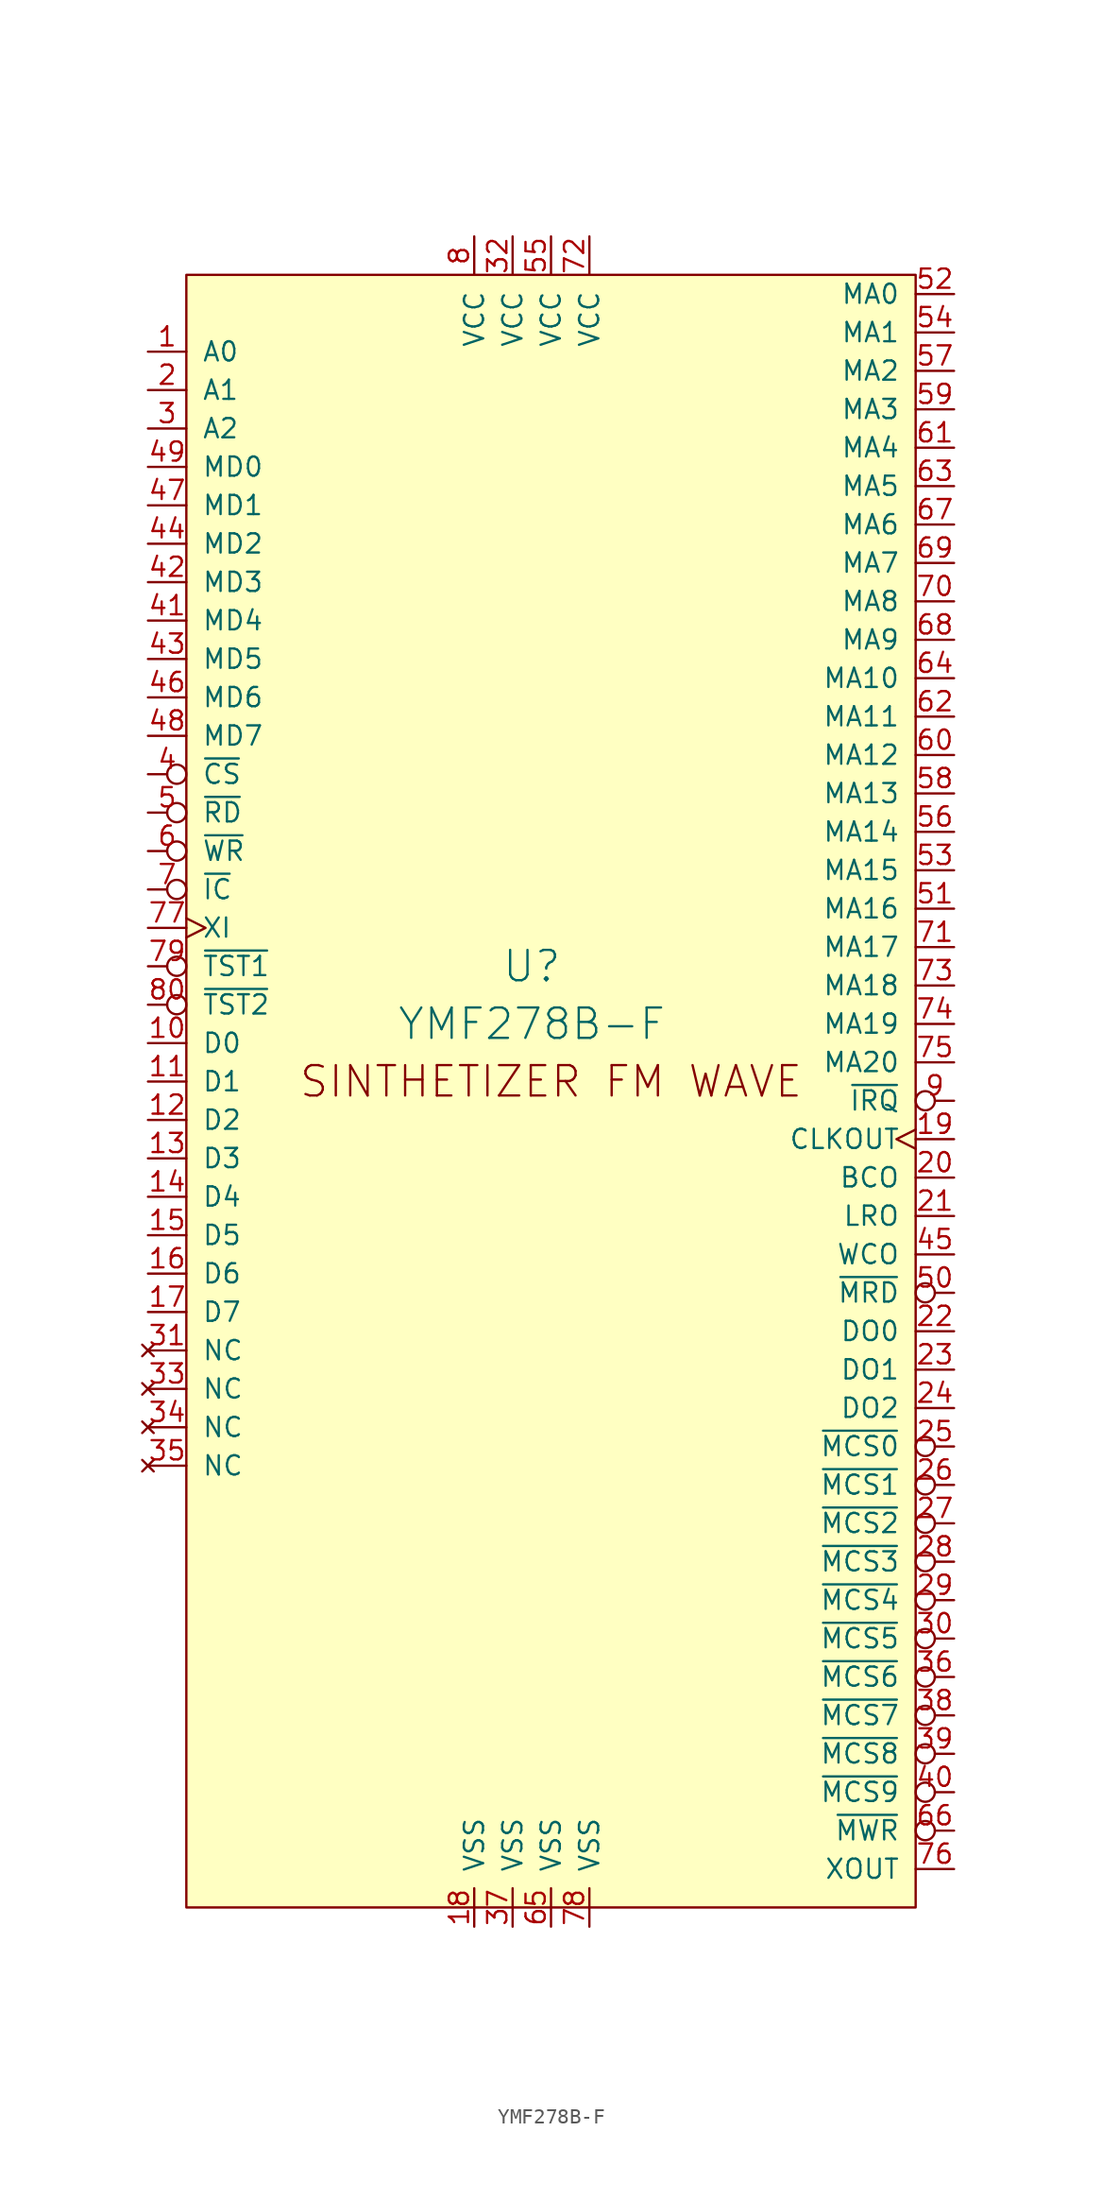
<source format=kicad_sym>
(kicad_symbol_lib
  (version 20211014)
  (generator kicad_symbol_editor)
  (symbol "YMF278B-F"
    (pin_names
      (offset 1.016))
    (property "Reference" "U"
      (at 0 5.08 0)
      (effects (font (size 2.007 2.007))))
    (property "Value" "YMF278B-F"
      (at 0 1.27 0)
      (effects (font (size 2.007 2.007))))
    (symbol "YMF278B-F_0_0"
      (text "SINTHETIZER FM WAVE" (at 1.27 -2.54 0) (effects (font (size 2.007 2.007)))))
    (symbol "YMF278B-F_0_1"
      (rectangle (start -22.86 50.8) (end 25.4 -57.15) (stroke (width 0) (type default) (color 0 0 0 0)) (fill (type background))))
    (symbol "YMF278B-F_1_1"
      (pin input line (at -25.4 45.72 0) (length 2.54) (name "A0" (effects (font (size 1.27 1.27)))) (number "1" (effects (font (size 1.27 1.27)))))
      (pin bidirectional line (at -25.4 0 0) (length 2.54) (name "D0" (effects (font (size 1.27 1.27)))) (number "10" (effects (font (size 1.27 1.27)))))
      (pin bidirectional line (at -25.4 -2.54 0) (length 2.54) (name "D1" (effects (font (size 1.27 1.27)))) (number "11" (effects (font (size 1.27 1.27)))))
      (pin bidirectional line (at -25.4 -5.08 0) (length 2.54) (name "D2" (effects (font (size 1.27 1.27)))) (number "12" (effects (font (size 1.27 1.27)))))
      (pin bidirectional line (at -25.4 -7.62 0) (length 2.54) (name "D3" (effects (font (size 1.27 1.27)))) (number "13" (effects (font (size 1.27 1.27)))))
      (pin bidirectional line (at -25.4 -10.16 0) (length 2.54) (name "D4" (effects (font (size 1.27 1.27)))) (number "14" (effects (font (size 1.27 1.27)))))
      (pin bidirectional line (at -25.4 -12.7 0) (length 2.54) (name "D5" (effects (font (size 1.27 1.27)))) (number "15" (effects (font (size 1.27 1.27)))))
      (pin bidirectional line (at -25.4 -15.24 0) (length 2.54) (name "D6" (effects (font (size 1.27 1.27)))) (number "16" (effects (font (size 1.27 1.27)))))
      (pin bidirectional line (at -25.4 -17.78 0) (length 2.54) (name "D7" (effects (font (size 1.27 1.27)))) (number "17" (effects (font (size 1.27 1.27)))))
      (pin power_in line (at -3.81 -58.42 90) (length 2.54) (name "VSS" (effects (font (size 1.27 1.27)))) (number "18" (effects (font (size 1.27 1.27)))))
      (pin output clock (at 27.94 -6.35 180) (length 2.54) (name "CLKOUT" (effects (font (size 1.27 1.27)))) (number "19" (effects (font (size 1.27 1.27)))))
      (pin input line (at -25.4 43.18 0) (length 2.54) (name "A1" (effects (font (size 1.27 1.27)))) (number "2" (effects (font (size 1.27 1.27)))))
      (pin output line (at 27.94 -8.89 180) (length 2.54) (name "BCO" (effects (font (size 1.27 1.27)))) (number "20" (effects (font (size 1.27 1.27)))))
      (pin output line (at 27.94 -11.43 180) (length 2.54) (name "LRO" (effects (font (size 1.27 1.27)))) (number "21" (effects (font (size 1.27 1.27)))))
      (pin output line (at 27.94 -19.05 180) (length 2.54) (name "DO0" (effects (font (size 1.27 1.27)))) (number "22" (effects (font (size 1.27 1.27)))))
      (pin output line (at 27.94 -21.59 180) (length 2.54) (name "DO1" (effects (font (size 1.27 1.27)))) (number "23" (effects (font (size 1.27 1.27)))))
      (pin output line (at 27.94 -24.13 180) (length 2.54) (name "DO2" (effects (font (size 1.27 1.27)))) (number "24" (effects (font (size 1.27 1.27)))))
      (pin output inverted (at 27.94 -26.67 180) (length 2.54) (name "~{MCS0}" (effects (font (size 1.27 1.27)))) (number "25" (effects (font (size 1.27 1.27)))))
      (pin output inverted (at 27.94 -29.21 180) (length 2.54) (name "~{MCS1}" (effects (font (size 1.27 1.27)))) (number "26" (effects (font (size 1.27 1.27)))))
      (pin output inverted (at 27.94 -31.75 180) (length 2.54) (name "~{MCS2}" (effects (font (size 1.27 1.27)))) (number "27" (effects (font (size 1.27 1.27)))))
      (pin output inverted (at 27.94 -34.29 180) (length 2.54) (name "~{MCS3}" (effects (font (size 1.27 1.27)))) (number "28" (effects (font (size 1.27 1.27)))))
      (pin output inverted (at 27.94 -36.83 180) (length 2.54) (name "~{MCS4}" (effects (font (size 1.27 1.27)))) (number "29" (effects (font (size 1.27 1.27)))))
      (pin input line (at -25.4 40.64 0) (length 2.54) (name "A2" (effects (font (size 1.27 1.27)))) (number "3" (effects (font (size 1.27 1.27)))))
      (pin output inverted (at 27.94 -39.37 180) (length 2.54) (name "~{MCS5}" (effects (font (size 1.27 1.27)))) (number "30" (effects (font (size 1.27 1.27)))))
      (pin no_connect line (at -25.4 -20.32 0) (length 2.54) (name "NC" (effects (font (size 1.27 1.27)))) (number "31" (effects (font (size 1.27 1.27)))))
      (pin power_in line (at -1.27 53.34 270) (length 2.54) (name "VCC" (effects (font (size 1.27 1.27)))) (number "32" (effects (font (size 1.27 1.27)))))
      (pin no_connect line (at -25.4 -22.86 0) (length 2.54) (name "NC" (effects (font (size 1.27 1.27)))) (number "33" (effects (font (size 1.27 1.27)))))
      (pin no_connect line (at -25.4 -25.4 0) (length 2.54) (name "NC" (effects (font (size 1.27 1.27)))) (number "34" (effects (font (size 1.27 1.27)))))
      (pin no_connect line (at -25.4 -27.94 0) (length 2.54) (name "NC" (effects (font (size 1.27 1.27)))) (number "35" (effects (font (size 1.27 1.27)))))
      (pin output inverted (at 27.94 -41.91 180) (length 2.54) (name "~{MCS6}" (effects (font (size 1.27 1.27)))) (number "36" (effects (font (size 1.27 1.27)))))
      (pin power_in line (at -1.27 -58.42 90) (length 2.54) (name "VSS" (effects (font (size 1.27 1.27)))) (number "37" (effects (font (size 1.27 1.27)))))
      (pin output inverted (at 27.94 -44.45 180) (length 2.54) (name "~{MCS7}" (effects (font (size 1.27 1.27)))) (number "38" (effects (font (size 1.27 1.27)))))
      (pin output inverted (at 27.94 -46.99 180) (length 2.54) (name "~{MCS8}" (effects (font (size 1.27 1.27)))) (number "39" (effects (font (size 1.27 1.27)))))
      (pin input inverted (at -25.4 17.78 0) (length 2.54) (name "~{CS}" (effects (font (size 1.27 1.27)))) (number "4" (effects (font (size 1.27 1.27)))))
      (pin output inverted (at 27.94 -49.53 180) (length 2.54) (name "~{MCS9}" (effects (font (size 1.27 1.27)))) (number "40" (effects (font (size 1.27 1.27)))))
      (pin bidirectional line (at -25.4 27.94 0) (length 2.54) (name "MD4" (effects (font (size 1.27 1.27)))) (number "41" (effects (font (size 1.27 1.27)))))
      (pin bidirectional line (at -25.4 30.48 0) (length 2.54) (name "MD3" (effects (font (size 1.27 1.27)))) (number "42" (effects (font (size 1.27 1.27)))))
      (pin bidirectional line (at -25.4 25.4 0) (length 2.54) (name "MD5" (effects (font (size 1.27 1.27)))) (number "43" (effects (font (size 1.27 1.27)))))
      (pin bidirectional line (at -25.4 33.02 0) (length 2.54) (name "MD2" (effects (font (size 1.27 1.27)))) (number "44" (effects (font (size 1.27 1.27)))))
      (pin output line (at 27.94 -13.97 180) (length 2.54) (name "WCO" (effects (font (size 1.27 1.27)))) (number "45" (effects (font (size 1.27 1.27)))))
      (pin bidirectional line (at -25.4 22.86 0) (length 2.54) (name "MD6" (effects (font (size 1.27 1.27)))) (number "46" (effects (font (size 1.27 1.27)))))
      (pin bidirectional line (at -25.4 35.56 0) (length 2.54) (name "MD1" (effects (font (size 1.27 1.27)))) (number "47" (effects (font (size 1.27 1.27)))))
      (pin bidirectional line (at -25.4 20.32 0) (length 2.54) (name "MD7" (effects (font (size 1.27 1.27)))) (number "48" (effects (font (size 1.27 1.27)))))
      (pin bidirectional line (at -25.4 38.1 0) (length 2.54) (name "MD0" (effects (font (size 1.27 1.27)))) (number "49" (effects (font (size 1.27 1.27)))))
      (pin input inverted (at -25.4 15.24 0) (length 2.54) (name "~{RD}" (effects (font (size 1.27 1.27)))) (number "5" (effects (font (size 1.27 1.27)))))
      (pin output inverted (at 27.94 -16.51 180) (length 2.54) (name "~{MRD}" (effects (font (size 1.27 1.27)))) (number "50" (effects (font (size 1.27 1.27)))))
      (pin output line (at 27.94 8.89 180) (length 2.54) (name "MA16" (effects (font (size 1.27 1.27)))) (number "51" (effects (font (size 1.27 1.27)))))
      (pin output line (at 27.94 49.53 180) (length 2.54) (name "MA0" (effects (font (size 1.27 1.27)))) (number "52" (effects (font (size 1.27 1.27)))))
      (pin output line (at 27.94 11.43 180) (length 2.54) (name "MA15" (effects (font (size 1.27 1.27)))) (number "53" (effects (font (size 1.27 1.27)))))
      (pin output line (at 27.94 46.99 180) (length 2.54) (name "MA1" (effects (font (size 1.27 1.27)))) (number "54" (effects (font (size 1.27 1.27)))))
      (pin power_in line (at 1.27 53.34 270) (length 2.54) (name "VCC" (effects (font (size 1.27 1.27)))) (number "55" (effects (font (size 1.27 1.27)))))
      (pin output line (at 27.94 13.97 180) (length 2.54) (name "MA14" (effects (font (size 1.27 1.27)))) (number "56" (effects (font (size 1.27 1.27)))))
      (pin output line (at 27.94 44.45 180) (length 2.54) (name "MA2" (effects (font (size 1.27 1.27)))) (number "57" (effects (font (size 1.27 1.27)))))
      (pin output line (at 27.94 16.51 180) (length 2.54) (name "MA13" (effects (font (size 1.27 1.27)))) (number "58" (effects (font (size 1.27 1.27)))))
      (pin output line (at 27.94 41.91 180) (length 2.54) (name "MA3" (effects (font (size 1.27 1.27)))) (number "59" (effects (font (size 1.27 1.27)))))
      (pin input inverted (at -25.4 12.7 0) (length 2.54) (name "~{WR}" (effects (font (size 1.27 1.27)))) (number "6" (effects (font (size 1.27 1.27)))))
      (pin output line (at 27.94 19.05 180) (length 2.54) (name "MA12" (effects (font (size 1.27 1.27)))) (number "60" (effects (font (size 1.27 1.27)))))
      (pin output line (at 27.94 39.37 180) (length 2.54) (name "MA4" (effects (font (size 1.27 1.27)))) (number "61" (effects (font (size 1.27 1.27)))))
      (pin output line (at 27.94 21.59 180) (length 2.54) (name "MA11" (effects (font (size 1.27 1.27)))) (number "62" (effects (font (size 1.27 1.27)))))
      (pin output line (at 27.94 36.83 180) (length 2.54) (name "MA5" (effects (font (size 1.27 1.27)))) (number "63" (effects (font (size 1.27 1.27)))))
      (pin output line (at 27.94 24.13 180) (length 2.54) (name "MA10" (effects (font (size 1.27 1.27)))) (number "64" (effects (font (size 1.27 1.27)))))
      (pin power_in line (at 1.27 -58.42 90) (length 2.54) (name "VSS" (effects (font (size 1.27 1.27)))) (number "65" (effects (font (size 1.27 1.27)))))
      (pin output inverted (at 27.94 -52.07 180) (length 2.54) (name "~{MWR}" (effects (font (size 1.27 1.27)))) (number "66" (effects (font (size 1.27 1.27)))))
      (pin output line (at 27.94 34.29 180) (length 2.54) (name "MA6" (effects (font (size 1.27 1.27)))) (number "67" (effects (font (size 1.27 1.27)))))
      (pin output line (at 27.94 26.67 180) (length 2.54) (name "MA9" (effects (font (size 1.27 1.27)))) (number "68" (effects (font (size 1.27 1.27)))))
      (pin output line (at 27.94 31.75 180) (length 2.54) (name "MA7" (effects (font (size 1.27 1.27)))) (number "69" (effects (font (size 1.27 1.27)))))
      (pin input inverted (at -25.4 10.16 0) (length 2.54) (name "~{IC}" (effects (font (size 1.27 1.27)))) (number "7" (effects (font (size 1.27 1.27)))))
      (pin output line (at 27.94 29.21 180) (length 2.54) (name "MA8" (effects (font (size 1.27 1.27)))) (number "70" (effects (font (size 1.27 1.27)))))
      (pin output line (at 27.94 6.35 180) (length 2.54) (name "MA17" (effects (font (size 1.27 1.27)))) (number "71" (effects (font (size 1.27 1.27)))))
      (pin power_in line (at 3.81 53.34 270) (length 2.54) (name "VCC" (effects (font (size 1.27 1.27)))) (number "72" (effects (font (size 1.27 1.27)))))
      (pin output line (at 27.94 3.81 180) (length 2.54) (name "MA18" (effects (font (size 1.27 1.27)))) (number "73" (effects (font (size 1.27 1.27)))))
      (pin output line (at 27.94 1.27 180) (length 2.54) (name "MA19" (effects (font (size 1.27 1.27)))) (number "74" (effects (font (size 1.27 1.27)))))
      (pin output line (at 27.94 -1.27 180) (length 2.54) (name "MA20" (effects (font (size 1.27 1.27)))) (number "75" (effects (font (size 1.27 1.27)))))
      (pin output line (at 27.94 -54.61 180) (length 2.54) (name "XOUT" (effects (font (size 1.27 1.27)))) (number "76" (effects (font (size 1.27 1.27)))))
      (pin input clock (at -25.4 7.62 0) (length 2.54) (name "XI" (effects (font (size 1.27 1.27)))) (number "77" (effects (font (size 1.27 1.27)))))
      (pin power_in line (at 3.81 -58.42 90) (length 2.54) (name "VSS" (effects (font (size 1.27 1.27)))) (number "78" (effects (font (size 1.27 1.27)))))
      (pin input inverted (at -25.4 5.08 0) (length 2.54) (name "~{TST1}" (effects (font (size 1.27 1.27)))) (number "79" (effects (font (size 1.27 1.27)))))
      (pin power_in line (at -3.81 53.34 270) (length 2.54) (name "VCC" (effects (font (size 1.27 1.27)))) (number "8" (effects (font (size 1.27 1.27)))))
      (pin input inverted (at -25.4 2.54 0) (length 2.54) (name "~{TST2}" (effects (font (size 1.27 1.27)))) (number "80" (effects (font (size 1.27 1.27)))))
      (pin output inverted (at 27.94 -3.81 180) (length 2.54) (name "~{IRQ}" (effects (font (size 1.27 1.27)))) (number "9" (effects (font (size 1.27 1.27))))))))
</source>
